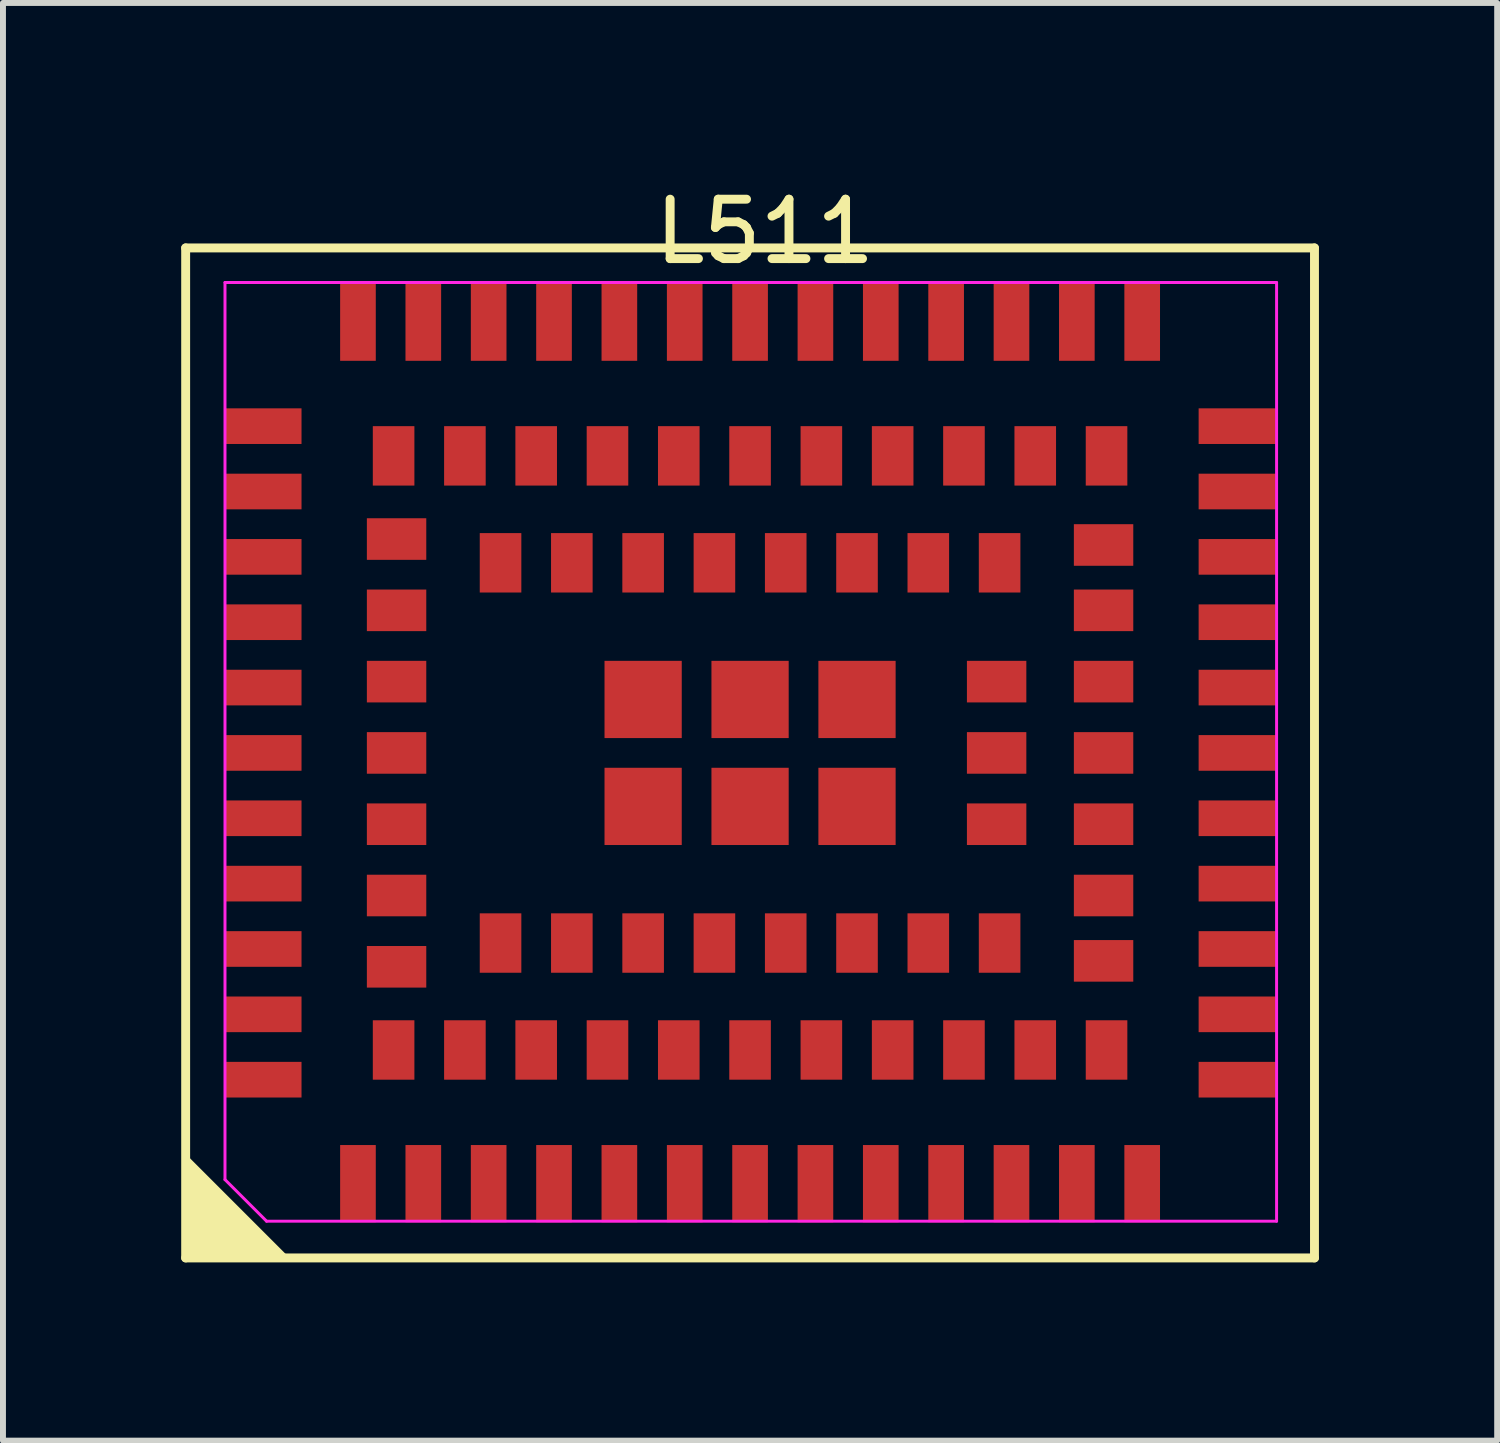
<source format=kicad_pcb>
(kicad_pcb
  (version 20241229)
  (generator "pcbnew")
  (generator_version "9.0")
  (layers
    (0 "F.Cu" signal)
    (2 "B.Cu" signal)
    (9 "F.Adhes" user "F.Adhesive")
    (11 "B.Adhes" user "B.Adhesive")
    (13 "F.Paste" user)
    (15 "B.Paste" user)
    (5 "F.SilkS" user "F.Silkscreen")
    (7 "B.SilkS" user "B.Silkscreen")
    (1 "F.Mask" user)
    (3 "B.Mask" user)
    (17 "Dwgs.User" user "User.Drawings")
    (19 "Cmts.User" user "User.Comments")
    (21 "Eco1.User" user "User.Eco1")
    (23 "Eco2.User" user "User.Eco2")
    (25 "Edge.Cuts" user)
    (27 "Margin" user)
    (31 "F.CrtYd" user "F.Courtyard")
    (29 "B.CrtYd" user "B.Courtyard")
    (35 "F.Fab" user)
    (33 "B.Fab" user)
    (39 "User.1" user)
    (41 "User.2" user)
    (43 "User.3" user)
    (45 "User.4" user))
  (footprint "L511"
    (layer "F.Cu")
    (at 9.825 9.873)
    (property "Reference" "L511" (at 0 -9.025 180) (layer "F.SilkS") (effects (font (size 1 1) (thickness 0.15))))
    (fp_line (start -9.75 -8.75) (end -9.75 8.25) (stroke (width 0.15) (type solid)) (layer "F.SilkS"))
    (fp_line (start 9.25 -8.75) (end -9.75 -8.75) (stroke (width 0.15) (type solid)) (layer "F.SilkS"))
    (fp_line (start 9.25 -8.75) (end 9.25 8.25) (stroke (width 0.15) (type solid)) (layer "F.SilkS"))
    (fp_line (start 9.25 8.25) (end -9.75 8.25) (stroke (width 0.15) (type solid)) (layer "F.SilkS"))
    (fp_poly (pts (xy -9.75 8.25) (xy -8 8.25) (xy -9.75 6.5)) (stroke (width 0) (type default)) (fill yes) (layer "F.SilkS"))
    (fp_poly (pts (xy -2.35 -1.25) (xy -2.31 -1.25) (xy -2.237 -1.28) (xy -2.18 -1.337) (xy -2.15 -1.41) (xy -2.15 -1.45) (xy -2.15 -1.49) (xy -2.18 -1.563) (xy -2.237 -1.62) (xy -2.31 -1.65) (xy -2.35 -1.65) (xy -2.39 -1.65) (xy -2.463 -1.62) (xy -2.52 -1.563) (xy -2.55 -1.49) (xy -2.55 -1.45) (xy -2.55 -1.41) (xy -2.52 -1.337) (xy -2.463 -1.28) (xy -2.39 -1.25)) (stroke (width 0) (type default)) (fill yes) (layer "F.Paste"))
    (fp_poly (pts (xy -2.35 -0.65) (xy -2.31 -0.65) (xy -2.237 -0.68) (xy -2.18 -0.737) (xy -2.15 -0.81) (xy -2.15 -0.85) (xy -2.15 -0.89) (xy -2.18 -0.963) (xy -2.237 -1.02) (xy -2.31 -1.05) (xy -2.35 -1.05) (xy -2.39 -1.05) (xy -2.463 -1.02) (xy -2.52 -0.963) (xy -2.55 -0.89) (xy -2.55 -0.85) (xy -2.55 -0.81) (xy -2.52 -0.737) (xy -2.463 -0.68) (xy -2.39 -0.65)) (stroke (width 0) (type default)) (fill yes) (layer "F.Paste"))
    (fp_poly (pts (xy -2.35 0.55) (xy -2.31 0.55) (xy -2.237 0.52) (xy -2.18 0.463) (xy -2.15 0.39) (xy -2.15 0.35) (xy -2.15 0.31) (xy -2.18 0.237) (xy -2.237 0.18) (xy -2.31 0.15) (xy -2.35 0.15) (xy -2.39 0.15) (xy -2.463 0.18) (xy -2.52 0.237) (xy -2.55 0.31) (xy -2.55 0.35) (xy -2.55 0.39) (xy -2.52 0.463) (xy -2.463 0.52) (xy -2.39 0.55)) (stroke (width 0) (type default)) (fill yes) (layer "F.Paste"))
    (fp_poly (pts (xy -2.35 1.15) (xy -2.31 1.15) (xy -2.237 1.12) (xy -2.18 1.063) (xy -2.15 0.99) (xy -2.15 0.95) (xy -2.15 0.91) (xy -2.18 0.837) (xy -2.237 0.78) (xy -2.31 0.75) (xy -2.35 0.75) (xy -2.39 0.75) (xy -2.463 0.78) (xy -2.52 0.837) (xy -2.55 0.91) (xy -2.55 0.95) (xy -2.55 0.99) (xy -2.52 1.063) (xy -2.463 1.12) (xy -2.39 1.15)) (stroke (width 0) (type default)) (fill yes) (layer "F.Paste"))
    (fp_poly (pts (xy -1.75 -1.25) (xy -1.71 -1.25) (xy -1.637 -1.28) (xy -1.58 -1.337) (xy -1.55 -1.41) (xy -1.55 -1.45) (xy -1.55 -1.49) (xy -1.58 -1.563) (xy -1.637 -1.62) (xy -1.71 -1.65) (xy -1.75 -1.65) (xy -1.79 -1.65) (xy -1.863 -1.62) (xy -1.92 -1.563) (xy -1.95 -1.49) (xy -1.95 -1.45) (xy -1.95 -1.41) (xy -1.92 -1.337) (xy -1.863 -1.28) (xy -1.79 -1.25)) (stroke (width 0) (type default)) (fill yes) (layer "F.Paste"))
    (fp_poly (pts (xy -1.75 -0.65) (xy -1.71 -0.65) (xy -1.637 -0.68) (xy -1.58 -0.737) (xy -1.55 -0.81) (xy -1.55 -0.85) (xy -1.55 -0.89) (xy -1.58 -0.963) (xy -1.637 -1.02) (xy -1.71 -1.05) (xy -1.75 -1.05) (xy -1.79 -1.05) (xy -1.863 -1.02) (xy -1.92 -0.963) (xy -1.95 -0.89) (xy -1.95 -0.85) (xy -1.95 -0.81) (xy -1.92 -0.737) (xy -1.863 -0.68) (xy -1.79 -0.65)) (stroke (width 0) (type default)) (fill yes) (layer "F.Paste"))
    (fp_poly (pts (xy -1.75 0.55) (xy -1.71 0.55) (xy -1.637 0.52) (xy -1.58 0.463) (xy -1.55 0.39) (xy -1.55 0.35) (xy -1.55 0.31) (xy -1.58 0.237) (xy -1.637 0.18) (xy -1.71 0.15) (xy -1.75 0.15) (xy -1.79 0.15) (xy -1.863 0.18) (xy -1.92 0.237) (xy -1.95 0.31) (xy -1.95 0.35) (xy -1.95 0.39) (xy -1.92 0.463) (xy -1.863 0.52) (xy -1.79 0.55)) (stroke (width 0) (type default)) (fill yes) (layer "F.Paste"))
    (fp_poly (pts (xy -1.75 1.15) (xy -1.71 1.15) (xy -1.637 1.12) (xy -1.58 1.063) (xy -1.55 0.99) (xy -1.55 0.95) (xy -1.55 0.91) (xy -1.58 0.837) (xy -1.637 0.78) (xy -1.71 0.75) (xy -1.75 0.75) (xy -1.79 0.75) (xy -1.863 0.78) (xy -1.92 0.837) (xy -1.95 0.91) (xy -1.95 0.95) (xy -1.95 0.99) (xy -1.92 1.063) (xy -1.863 1.12) (xy -1.79 1.15)) (stroke (width 0) (type default)) (fill yes) (layer "F.Paste"))
    (fp_poly (pts (xy -0.55 -1.25) (xy -0.51 -1.25) (xy -0.437 -1.28) (xy -0.38 -1.337) (xy -0.35 -1.41) (xy -0.35 -1.45) (xy -0.35 -1.49) (xy -0.38 -1.563) (xy -0.437 -1.62) (xy -0.51 -1.65) (xy -0.55 -1.65) (xy -0.59 -1.65) (xy -0.663 -1.62) (xy -0.72 -1.563) (xy -0.75 -1.49) (xy -0.75 -1.45) (xy -0.75 -1.41) (xy -0.72 -1.337) (xy -0.663 -1.28) (xy -0.59 -1.25)) (stroke (width 0) (type default)) (fill yes) (layer "F.Paste"))
    (fp_poly (pts (xy -0.55 -0.65) (xy -0.51 -0.65) (xy -0.437 -0.68) (xy -0.38 -0.737) (xy -0.35 -0.81) (xy -0.35 -0.85) (xy -0.35 -0.89) (xy -0.38 -0.963) (xy -0.437 -1.02) (xy -0.51 -1.05) (xy -0.55 -1.05) (xy -0.59 -1.05) (xy -0.663 -1.02) (xy -0.72 -0.963) (xy -0.75 -0.89) (xy -0.75 -0.85) (xy -0.75 -0.81) (xy -0.72 -0.737) (xy -0.663 -0.68) (xy -0.59 -0.65)) (stroke (width 0) (type default)) (fill yes) (layer "F.Paste"))
    (fp_poly (pts (xy -0.55 0.55) (xy -0.51 0.55) (xy -0.437 0.52) (xy -0.38 0.463) (xy -0.35 0.39) (xy -0.35 0.35) (xy -0.35 0.31) (xy -0.38 0.237) (xy -0.437 0.18) (xy -0.51 0.15) (xy -0.55 0.15) (xy -0.59 0.15) (xy -0.663 0.18) (xy -0.72 0.237) (xy -0.75 0.31) (xy -0.75 0.35) (xy -0.75 0.39) (xy -0.72 0.463) (xy -0.663 0.52) (xy -0.59 0.55)) (stroke (width 0) (type default)) (fill yes) (layer "F.Paste"))
    (fp_poly (pts (xy -0.55 1.15) (xy -0.51 1.15) (xy -0.437 1.12) (xy -0.38 1.063) (xy -0.35 0.99) (xy -0.35 0.95) (xy -0.35 0.91) (xy -0.38 0.837) (xy -0.437 0.78) (xy -0.51 0.75) (xy -0.55 0.75) (xy -0.59 0.75) (xy -0.663 0.78) (xy -0.72 0.837) (xy -0.75 0.91) (xy -0.75 0.95) (xy -0.75 0.99) (xy -0.72 1.063) (xy -0.663 1.12) (xy -0.59 1.15)) (stroke (width 0) (type default)) (fill yes) (layer "F.Paste"))
    (fp_poly (pts (xy 0.05 -1.25) (xy 0.09 -1.25) (xy 0.163 -1.28) (xy 0.22 -1.337) (xy 0.25 -1.41) (xy 0.25 -1.45) (xy 0.25 -1.49) (xy 0.22 -1.563) (xy 0.163 -1.62) (xy 0.09 -1.65) (xy 0.05 -1.65) (xy 0.01 -1.65) (xy -0.063 -1.62) (xy -0.12 -1.563) (xy -0.15 -1.49) (xy -0.15 -1.45) (xy -0.15 -1.41) (xy -0.12 -1.337) (xy -0.063 -1.28) (xy 0.01 -1.25)) (stroke (width 0) (type default)) (fill yes) (layer "F.Paste"))
    (fp_poly (pts (xy 0.05 -0.65) (xy 0.09 -0.65) (xy 0.163 -0.68) (xy 0.22 -0.737) (xy 0.25 -0.81) (xy 0.25 -0.85) (xy 0.25 -0.89) (xy 0.22 -0.963) (xy 0.163 -1.02) (xy 0.09 -1.05) (xy 0.05 -1.05) (xy 0.01 -1.05) (xy -0.063 -1.02) (xy -0.12 -0.963) (xy -0.15 -0.89) (xy -0.15 -0.85) (xy -0.15 -0.81) (xy -0.12 -0.737) (xy -0.063 -0.68) (xy 0.01 -0.65)) (stroke (width 0) (type default)) (fill yes) (layer "F.Paste"))
    (fp_poly (pts (xy 0.05 0.55) (xy 0.09 0.55) (xy 0.163 0.52) (xy 0.22 0.463) (xy 0.25 0.39) (xy 0.25 0.35) (xy 0.25 0.31) (xy 0.22 0.237) (xy 0.163 0.18) (xy 0.09 0.15) (xy 0.05 0.15) (xy 0.01 0.15) (xy -0.063 0.18) (xy -0.12 0.237) (xy -0.15 0.31) (xy -0.15 0.35) (xy -0.15 0.39) (xy -0.12 0.463) (xy -0.063 0.52) (xy 0.01 0.55)) (stroke (width 0) (type default)) (fill yes) (layer "F.Paste"))
    (fp_poly (pts (xy 0.05 1.15) (xy 0.09 1.15) (xy 0.163 1.12) (xy 0.22 1.063) (xy 0.25 0.99) (xy 0.25 0.95) (xy 0.25 0.91) (xy 0.22 0.837) (xy 0.163 0.78) (xy 0.09 0.75) (xy 0.05 0.75) (xy 0.01 0.75) (xy -0.063 0.78) (xy -0.12 0.837) (xy -0.15 0.91) (xy -0.15 0.95) (xy -0.15 0.99) (xy -0.12 1.063) (xy -0.063 1.12) (xy 0.01 1.15)) (stroke (width 0) (type default)) (fill yes) (layer "F.Paste"))
    (fp_poly (pts (xy 1.25 -1.25) (xy 1.29 -1.25) (xy 1.363 -1.28) (xy 1.42 -1.337) (xy 1.45 -1.41) (xy 1.45 -1.45) (xy 1.45 -1.49) (xy 1.42 -1.563) (xy 1.363 -1.62) (xy 1.29 -1.65) (xy 1.25 -1.65) (xy 1.21 -1.65) (xy 1.137 -1.62) (xy 1.08 -1.563) (xy 1.05 -1.49) (xy 1.05 -1.45) (xy 1.05 -1.41) (xy 1.08 -1.337) (xy 1.137 -1.28) (xy 1.21 -1.25)) (stroke (width 0) (type default)) (fill yes) (layer "F.Paste"))
    (fp_poly (pts (xy 1.25 -0.65) (xy 1.29 -0.65) (xy 1.363 -0.68) (xy 1.42 -0.737) (xy 1.45 -0.81) (xy 1.45 -0.85) (xy 1.45 -0.89) (xy 1.42 -0.963) (xy 1.363 -1.02) (xy 1.29 -1.05) (xy 1.25 -1.05) (xy 1.21 -1.05) (xy 1.137 -1.02) (xy 1.08 -0.963) (xy 1.05 -0.89) (xy 1.05 -0.85) (xy 1.05 -0.81) (xy 1.08 -0.737) (xy 1.137 -0.68) (xy 1.21 -0.65)) (stroke (width 0) (type default)) (fill yes) (layer "F.Paste"))
    (fp_poly (pts (xy 1.25 0.55) (xy 1.29 0.55) (xy 1.363 0.52) (xy 1.42 0.463) (xy 1.45 0.39) (xy 1.45 0.35) (xy 1.45 0.31) (xy 1.42 0.237) (xy 1.363 0.18) (xy 1.29 0.15) (xy 1.25 0.15) (xy 1.21 0.15) (xy 1.137 0.18) (xy 1.08 0.237) (xy 1.05 0.31) (xy 1.05 0.35) (xy 1.05 0.39) (xy 1.08 0.463) (xy 1.137 0.52) (xy 1.21 0.55)) (stroke (width 0) (type default)) (fill yes) (layer "F.Paste"))
    (fp_poly (pts (xy 1.25 1.15) (xy 1.29 1.15) (xy 1.363 1.12) (xy 1.42 1.063) (xy 1.45 0.99) (xy 1.45 0.95) (xy 1.45 0.91) (xy 1.42 0.837) (xy 1.363 0.78) (xy 1.29 0.75) (xy 1.25 0.75) (xy 1.21 0.75) (xy 1.137 0.78) (xy 1.08 0.837) (xy 1.05 0.91) (xy 1.05 0.95) (xy 1.05 0.99) (xy 1.08 1.063) (xy 1.137 1.12) (xy 1.21 1.15)) (stroke (width 0) (type default)) (fill yes) (layer "F.Paste"))
    (fp_poly (pts (xy 1.85 -1.25) (xy 1.89 -1.25) (xy 1.963 -1.28) (xy 2.02 -1.337) (xy 2.05 -1.41) (xy 2.05 -1.45) (xy 2.05 -1.49) (xy 2.02 -1.563) (xy 1.963 -1.62) (xy 1.89 -1.65) (xy 1.85 -1.65) (xy 1.81 -1.65) (xy 1.737 -1.62) (xy 1.68 -1.563) (xy 1.65 -1.49) (xy 1.65 -1.45) (xy 1.65 -1.41) (xy 1.68 -1.337) (xy 1.737 -1.28) (xy 1.81 -1.25)) (stroke (width 0) (type default)) (fill yes) (layer "F.Paste"))
    (fp_poly (pts (xy 1.85 -0.65) (xy 1.89 -0.65) (xy 1.963 -0.68) (xy 2.02 -0.737) (xy 2.05 -0.81) (xy 2.05 -0.85) (xy 2.05 -0.89) (xy 2.02 -0.963) (xy 1.963 -1.02) (xy 1.89 -1.05) (xy 1.85 -1.05) (xy 1.81 -1.05) (xy 1.737 -1.02) (xy 1.68 -0.963) (xy 1.65 -0.89) (xy 1.65 -0.85) (xy 1.65 -0.81) (xy 1.68 -0.737) (xy 1.737 -0.68) (xy 1.81 -0.65)) (stroke (width 0) (type default)) (fill yes) (layer "F.Paste"))
    (fp_poly (pts (xy 1.85 0.55) (xy 1.89 0.55) (xy 1.963 0.52) (xy 2.02 0.463) (xy 2.05 0.39) (xy 2.05 0.35) (xy 2.05 0.31) (xy 2.02 0.237) (xy 1.963 0.18) (xy 1.89 0.15) (xy 1.85 0.15) (xy 1.81 0.15) (xy 1.737 0.18) (xy 1.68 0.237) (xy 1.65 0.31) (xy 1.65 0.35) (xy 1.65 0.39) (xy 1.68 0.463) (xy 1.737 0.52) (xy 1.81 0.55)) (stroke (width 0) (type default)) (fill yes) (layer "F.Paste"))
    (fp_poly (pts (xy 1.85 1.15) (xy 1.89 1.15) (xy 1.963 1.12) (xy 2.02 1.063) (xy 2.05 0.99) (xy 2.05 0.95) (xy 2.05 0.91) (xy 2.02 0.837) (xy 1.963 0.78) (xy 1.89 0.75) (xy 1.85 0.75) (xy 1.81 0.75) (xy 1.737 0.78) (xy 1.68 0.837) (xy 1.65 0.91) (xy 1.65 0.95) (xy 1.65 0.99) (xy 1.68 1.063) (xy 1.737 1.12) (xy 1.81 1.15)) (stroke (width 0) (type default)) (fill yes) (layer "F.Paste"))
    (fp_line (start -9.088 6.932) (end -9.088 -8.168) (stroke (width 0.05) (type solid)) (layer "F.CrtYd"))
    (fp_line (start -8.388 7.632) (end -9.088 6.932) (stroke (width 0.05) (type solid)) (layer "F.CrtYd"))
    (fp_line (start 8.612 -8.168) (end -9.088 -8.168) (stroke (width 0.05) (type solid)) (layer "F.CrtYd"))
    (fp_line (start 8.612 7.632) (end -8.388 7.632) (stroke (width 0.05) (type solid)) (layer "F.CrtYd"))
    (fp_line (start 8.612 7.632) (end 8.612 -8.168) (stroke (width 0.05) (type solid)) (layer "F.CrtYd"))
    (pad "1" smd rect (at -6.85 7 90) (size 1.3 0.6) (layers "F.Cu" "F.Mask" "F.Paste"))
    (pad "2" smd rect (at -5.75 7 90) (size 1.3 0.6) (layers "F.Cu" "F.Mask" "F.Paste"))
    (pad "3" smd rect (at -4.65 7 90) (size 1.3 0.6) (layers "F.Cu" "F.Mask" "F.Paste"))
    (pad "4" smd rect (at -3.55 7 90) (size 1.3 0.6) (layers "F.Cu" "F.Mask" "F.Paste"))
    (pad "5" smd rect (at -2.45 7 90) (size 1.3 0.6) (layers "F.Cu" "F.Mask" "F.Paste"))
    (pad "6" smd rect (at -1.35 7 90) (size 1.3 0.6) (layers "F.Cu" "F.Mask" "F.Paste"))
    (pad "7" smd rect (at -0.25 7 90) (size 1.3 0.6) (layers "F.Cu" "F.Mask" "F.Paste"))
    (pad "8" smd rect (at 0.85 7 90) (size 1.3 0.6) (layers "F.Cu" "F.Mask" "F.Paste"))
    (pad "9" smd rect (at 1.95 7 90) (size 1.3 0.6) (layers "F.Cu" "F.Mask" "F.Paste"))
    (pad "10" smd rect (at 3.05 7 90) (size 1.3 0.6) (layers "F.Cu" "F.Mask" "F.Paste"))
    (pad "11" smd rect (at 4.15 7 90) (size 1.3 0.6) (layers "F.Cu" "F.Mask" "F.Paste"))
    (pad "12" smd rect (at 5.25 7 90) (size 1.3 0.6) (layers "F.Cu" "F.Mask" "F.Paste"))
    (pad "13" smd rect (at 6.35 7 90) (size 1.3 0.6) (layers "F.Cu" "F.Mask" "F.Paste"))
    (pad "14" smd rect (at 7.95 4.15 180) (size 1.3 0.6) (layers "F.Cu" "F.Mask" "F.Paste"))
    (pad "15" smd rect (at 7.95 3.05 180) (size 1.3 0.6) (layers "F.Cu" "F.Mask" "F.Paste"))
    (pad "16" smd rect (at 7.95 1.95 180) (size 1.3 0.6) (layers "F.Cu" "F.Mask" "F.Paste"))
    (pad "17" smd rect (at 7.95 0.85 180) (size 1.3 0.6) (layers "F.Cu" "F.Mask" "F.Paste"))
    (pad "18" smd rect (at 7.95 -0.25 180) (size 1.3 0.6) (layers "F.Cu" "F.Mask" "F.Paste"))
    (pad "19" smd rect (at 7.95 -1.35 180) (size 1.3 0.6) (layers "F.Cu" "F.Mask" "F.Paste"))
    (pad "20" smd rect (at 7.95 -2.45 180) (size 1.3 0.6) (layers "F.Cu" "F.Mask" "F.Paste"))
    (pad "21" smd rect (at 7.95 -3.55 180) (size 1.3 0.6) (layers "F.Cu" "F.Mask" "F.Paste"))
    (pad "22" smd rect (at 7.95 -4.65 180) (size 1.3 0.6) (layers "F.Cu" "F.Mask" "F.Paste"))
    (pad "23" smd rect (at 6.35 -7.5 90) (size 1.3 0.6) (layers "F.Cu" "F.Mask" "F.Paste"))
    (pad "24" smd rect (at 5.25 -7.5 90) (size 1.3 0.6) (layers "F.Cu" "F.Mask" "F.Paste"))
    (pad "25" smd rect (at 4.15 -7.5 90) (size 1.3 0.6) (layers "F.Cu" "F.Mask" "F.Paste"))
    (pad "26" smd rect (at 3.05 -7.5 90) (size 1.3 0.6) (layers "F.Cu" "F.Mask" "F.Paste"))
    (pad "27" smd rect (at 1.95 -7.5 90) (size 1.3 0.6) (layers "F.Cu" "F.Mask" "F.Paste"))
    (pad "28" smd rect (at 0.85 -7.5 90) (size 1.3 0.6) (layers "F.Cu" "F.Mask" "F.Paste"))
    (pad "29" smd rect (at -0.25 -7.5 90) (size 1.3 0.6) (layers "F.Cu" "F.Mask" "F.Paste"))
    (pad "30" smd rect (at -1.35 -7.5 90) (size 1.3 0.6) (layers "F.Cu" "F.Mask" "F.Paste"))
    (pad "31" smd rect (at -2.45 -7.5 90) (size 1.3 0.6) (layers "F.Cu" "F.Mask" "F.Paste"))
    (pad "32" smd rect (at -3.55 -7.5 90) (size 1.3 0.6) (layers "F.Cu" "F.Mask" "F.Paste"))
    (pad "33" smd rect (at -4.65 -7.5 90) (size 1.3 0.6) (layers "F.Cu" "F.Mask" "F.Paste"))
    (pad "34" smd rect (at -5.75 -7.5 90) (size 1.3 0.6) (layers "F.Cu" "F.Mask" "F.Paste"))
    (pad "35" smd rect (at -6.85 -7.5 90) (size 1.3 0.6) (layers "F.Cu" "F.Mask" "F.Paste"))
    (pad "36" smd rect (at -8.45 -4.65 180) (size 1.3 0.6) (layers "F.Cu" "F.Mask" "F.Paste"))
    (pad "37" smd rect (at -8.45 -3.55 180) (size 1.3 0.6) (layers "F.Cu" "F.Mask" "F.Paste"))
    (pad "38" smd rect (at -8.45 -2.45 180) (size 1.3 0.6) (layers "F.Cu" "F.Mask" "F.Paste"))
    (pad "39" smd rect (at -8.45 -1.35 180) (size 1.3 0.6) (layers "F.Cu" "F.Mask" "F.Paste"))
    (pad "40" smd rect (at -8.45 -0.25 180) (size 1.3 0.6) (layers "F.Cu" "F.Mask" "F.Paste"))
    (pad "41" smd rect (at -8.45 0.85 180) (size 1.3 0.6) (layers "F.Cu" "F.Mask" "F.Paste"))
    (pad "42" smd rect (at -8.45 1.95 180) (size 1.3 0.6) (layers "F.Cu" "F.Mask" "F.Paste"))
    (pad "43" smd rect (at -8.45 3.05 180) (size 1.3 0.6) (layers "F.Cu" "F.Mask" "F.Paste"))
    (pad "44" smd rect (at -8.45 4.15 180) (size 1.3 0.6) (layers "F.Cu" "F.Mask" "F.Paste"))
    (pad "45" smd rect (at -5.05 4.75 90) (size 1 0.7) (layers "F.Cu" "F.Mask" "F.Paste"))
    (pad "46" smd rect (at -3.85 4.75 90) (size 1 0.7) (layers "F.Cu" "F.Mask" "F.Paste"))
    (pad "47" smd rect (at -2.65 4.75 90) (size 1 0.7) (layers "F.Cu" "F.Mask" "F.Paste"))
    (pad "48" smd rect (at -1.45 4.75 90) (size 1 0.7) (layers "F.Cu" "F.Mask" "F.Paste"))
    (pad "49" smd rect (at -0.25 4.75 90) (size 1 0.7) (layers "F.Cu" "F.Mask" "F.Paste"))
    (pad "50" smd rect (at 0.95 4.75 90) (size 1 0.7) (layers "F.Cu" "F.Mask" "F.Paste"))
    (pad "51" smd rect (at 2.15 4.75 90) (size 1 0.7) (layers "F.Cu" "F.Mask" "F.Paste"))
    (pad "52" smd rect (at 3.35 4.75 90) (size 1 0.7) (layers "F.Cu" "F.Mask" "F.Paste"))
    (pad "53" smd rect (at 4.55 4.75 90) (size 1 0.7) (layers "F.Cu" "F.Mask" "F.Paste"))
    (pad "54" smd rect (at 5.7 2.15 180) (size 1 0.7) (layers "F.Cu" "F.Mask" "F.Paste"))
    (pad "55" smd rect (at 5.7 0.95 180) (size 1 0.7) (layers "F.Cu" "F.Mask" "F.Paste"))
    (pad "56" smd rect (at 5.7 -0.25 180) (size 1 0.7) (layers "F.Cu" "F.Mask" "F.Paste"))
    (pad "57" smd rect (at 5.7 -1.45 180) (size 1 0.7) (layers "F.Cu" "F.Mask" "F.Paste"))
    (pad "58" smd rect (at 5.7 -2.65 180) (size 1 0.7) (layers "F.Cu" "F.Mask" "F.Paste"))
    (pad "59" smd rect (at 4.55 -5.25 90) (size 1 0.7) (layers "F.Cu" "F.Mask" "F.Paste"))
    (pad "60" smd rect (at 3.35 -5.25 90) (size 1 0.7) (layers "F.Cu" "F.Mask" "F.Paste"))
    (pad "61" smd rect (at 2.15 -5.25 90) (size 1 0.7) (layers "F.Cu" "F.Mask" "F.Paste"))
    (pad "62" smd rect (at 0.95 -5.25 90) (size 1 0.7) (layers "F.Cu" "F.Mask" "F.Paste"))
    (pad "63" smd rect (at -0.25 -5.25 90) (size 1 0.7) (layers "F.Cu" "F.Mask" "F.Paste"))
    (pad "64" smd rect (at -1.45 -5.25 90) (size 1 0.7) (layers "F.Cu" "F.Mask" "F.Paste"))
    (pad "65" smd rect (at -2.65 -5.25 90) (size 1 0.7) (layers "F.Cu" "F.Mask" "F.Paste"))
    (pad "66" smd rect (at -3.85 -5.25 90) (size 1 0.7) (layers "F.Cu" "F.Mask" "F.Paste"))
    (pad "67" smd rect (at -5.05 -5.25 90) (size 1 0.7) (layers "F.Cu" "F.Mask" "F.Paste"))
    (pad "68" smd rect (at -6.2 -2.65 180) (size 1 0.7) (layers "F.Cu" "F.Mask" "F.Paste"))
    (pad "69" smd rect (at -6.2 -1.45 180) (size 1 0.7) (layers "F.Cu" "F.Mask" "F.Paste"))
    (pad "70" smd rect (at -6.2 -0.25 180) (size 1 0.7) (layers "F.Cu" "F.Mask" "F.Paste"))
    (pad "71" smd rect (at -6.2 0.95 180) (size 1 0.7) (layers "F.Cu" "F.Mask" "F.Paste"))
    (pad "72" smd rect (at -6.2 2.15 180) (size 1 0.7) (layers "F.Cu" "F.Mask" "F.Paste"))
    (pad "73" smd rect (at -4.45 2.95 90) (size 1 0.7) (layers "F.Cu" "F.Mask" "F.Paste"))
    (pad "74" smd rect (at -3.25 2.95 90) (size 1 0.7) (layers "F.Cu" "F.Mask" "F.Paste"))
    (pad "75" smd rect (at -2.05 2.95 90) (size 1 0.7) (layers "F.Cu" "F.Mask" "F.Paste"))
    (pad "76" smd rect (at -0.85 2.95 90) (size 1 0.7) (layers "F.Cu" "F.Mask" "F.Paste"))
    (pad "77" smd rect (at 0.35 2.95 90) (size 1 0.7) (layers "F.Cu" "F.Mask" "F.Paste"))
    (pad "78" smd rect (at 1.55 2.95 90) (size 1 0.7) (layers "F.Cu" "F.Mask" "F.Paste"))
    (pad "79" smd rect (at 2.75 2.95 90) (size 1 0.7) (layers "F.Cu" "F.Mask" "F.Paste"))
    (pad "80" smd rect (at 3.95 2.95 90) (size 1 0.7) (layers "F.Cu" "F.Mask" "F.Paste"))
    (pad "81" smd rect (at 3.95 -3.45 90) (size 1 0.7) (layers "F.Cu" "F.Mask" "F.Paste"))
    (pad "82" smd rect (at 2.75 -3.45 90) (size 1 0.7) (layers "F.Cu" "F.Mask" "F.Paste"))
    (pad "83" smd rect (at 1.55 -3.45 90) (size 1 0.7) (layers "F.Cu" "F.Mask" "F.Paste"))
    (pad "84" smd rect (at 0.35 -3.45 90) (size 1 0.7) (layers "F.Cu" "F.Mask" "F.Paste"))
    (pad "85" smd rect (at -0.85 -3.45 90) (size 1 0.7) (layers "F.Cu" "F.Mask" "F.Paste"))
    (pad "86" smd rect (at -2.05 -3.45 90) (size 1 0.7) (layers "F.Cu" "F.Mask" "F.Paste"))
    (pad "87" smd rect (at -3.25 -3.45 90) (size 1 0.7) (layers "F.Cu" "F.Mask" "F.Paste"))
    (pad "88" smd rect (at -4.45 -3.45 90) (size 1 0.7) (layers "F.Cu" "F.Mask" "F.Paste"))
    (pad "89" smd rect (at -2.05 0.65 90) (size 1.3 1.3) (layers "F.Cu" "F.Mask" "F.Paste"))
    (pad "90" smd rect (at -0.25 0.65 90) (size 1.3 1.3) (layers "F.Cu" "F.Mask" "F.Paste"))
    (pad "91" smd rect (at 1.55 0.65 90) (size 1.3 1.3) (layers "F.Cu" "F.Mask" "F.Paste"))
    (pad "92" smd rect (at 1.55 -1.15 90) (size 1.3 1.3) (layers "F.Cu" "F.Mask" "F.Paste"))
    (pad "93" smd rect (at -0.25 -1.15 90) (size 1.3 1.3) (layers "F.Cu" "F.Mask" "F.Paste"))
    (pad "94" smd rect (at -2.05 -1.15 90) (size 1.3 1.3) (layers "F.Cu" "F.Mask" "F.Paste"))
    (pad "95" smd rect (at 7.95 5.25 180) (size 1.3 0.6) (layers "F.Cu" "F.Mask" "F.Paste"))
    (pad "96" smd rect (at 7.95 -5.75 180) (size 1.3 0.6) (layers "F.Cu" "F.Mask" "F.Paste"))
    (pad "97" smd rect (at -8.45 -5.75 180) (size 1.3 0.6) (layers "F.Cu" "F.Mask" "F.Paste"))
    (pad "98" smd rect (at -8.45 5.25 180) (size 1.3 0.6) (layers "F.Cu" "F.Mask" "F.Paste"))
    (pad "99" smd rect (at -6.25 4.75 90) (size 1 0.7) (layers "F.Cu" "F.Mask" "F.Paste"))
    (pad "100" smd rect (at 5.75 4.75 90) (size 1 0.7) (layers "F.Cu" "F.Mask" "F.Paste"))
    (pad "101" smd rect (at 5.7 3.25 180) (size 1 0.7) (layers "F.Cu" "F.Mask" "F.Paste"))
    (pad "102" smd rect (at 5.7 -3.75 180) (size 1 0.7) (layers "F.Cu" "F.Mask" "F.Paste"))
    (pad "103" smd rect (at 5.75 -5.25 90) (size 1 0.7) (layers "F.Cu" "F.Mask" "F.Paste"))
    (pad "104" smd rect (at -6.25 -5.25 90) (size 1 0.7) (layers "F.Cu" "F.Mask" "F.Paste"))
    (pad "105" smd rect (at -6.2 -3.85 180) (size 1 0.7) (layers "F.Cu" "F.Mask" "F.Paste"))
    (pad "106" smd rect (at -6.2 3.35 180) (size 1 0.7) (layers "F.Cu" "F.Mask" "F.Paste"))
    (pad "107" smd rect (at 3.9 0.95 180) (size 1 0.7) (layers "F.Cu" "F.Mask" "F.Paste"))
    (pad "108" smd rect (at 3.9 -0.25 180) (size 1 0.7) (layers "F.Cu" "F.Mask" "F.Paste"))
    (pad "109" smd rect (at 3.9 -1.45 180) (size 1 0.7) (layers "F.Cu" "F.Mask" "F.Paste")))
  (gr_rect
    (start -3 -3)
    (end 22.15 21.198)
    (stroke (width 0.1) (type default))
    (fill no)
    (layer "Edge.Cuts")))
</source>
